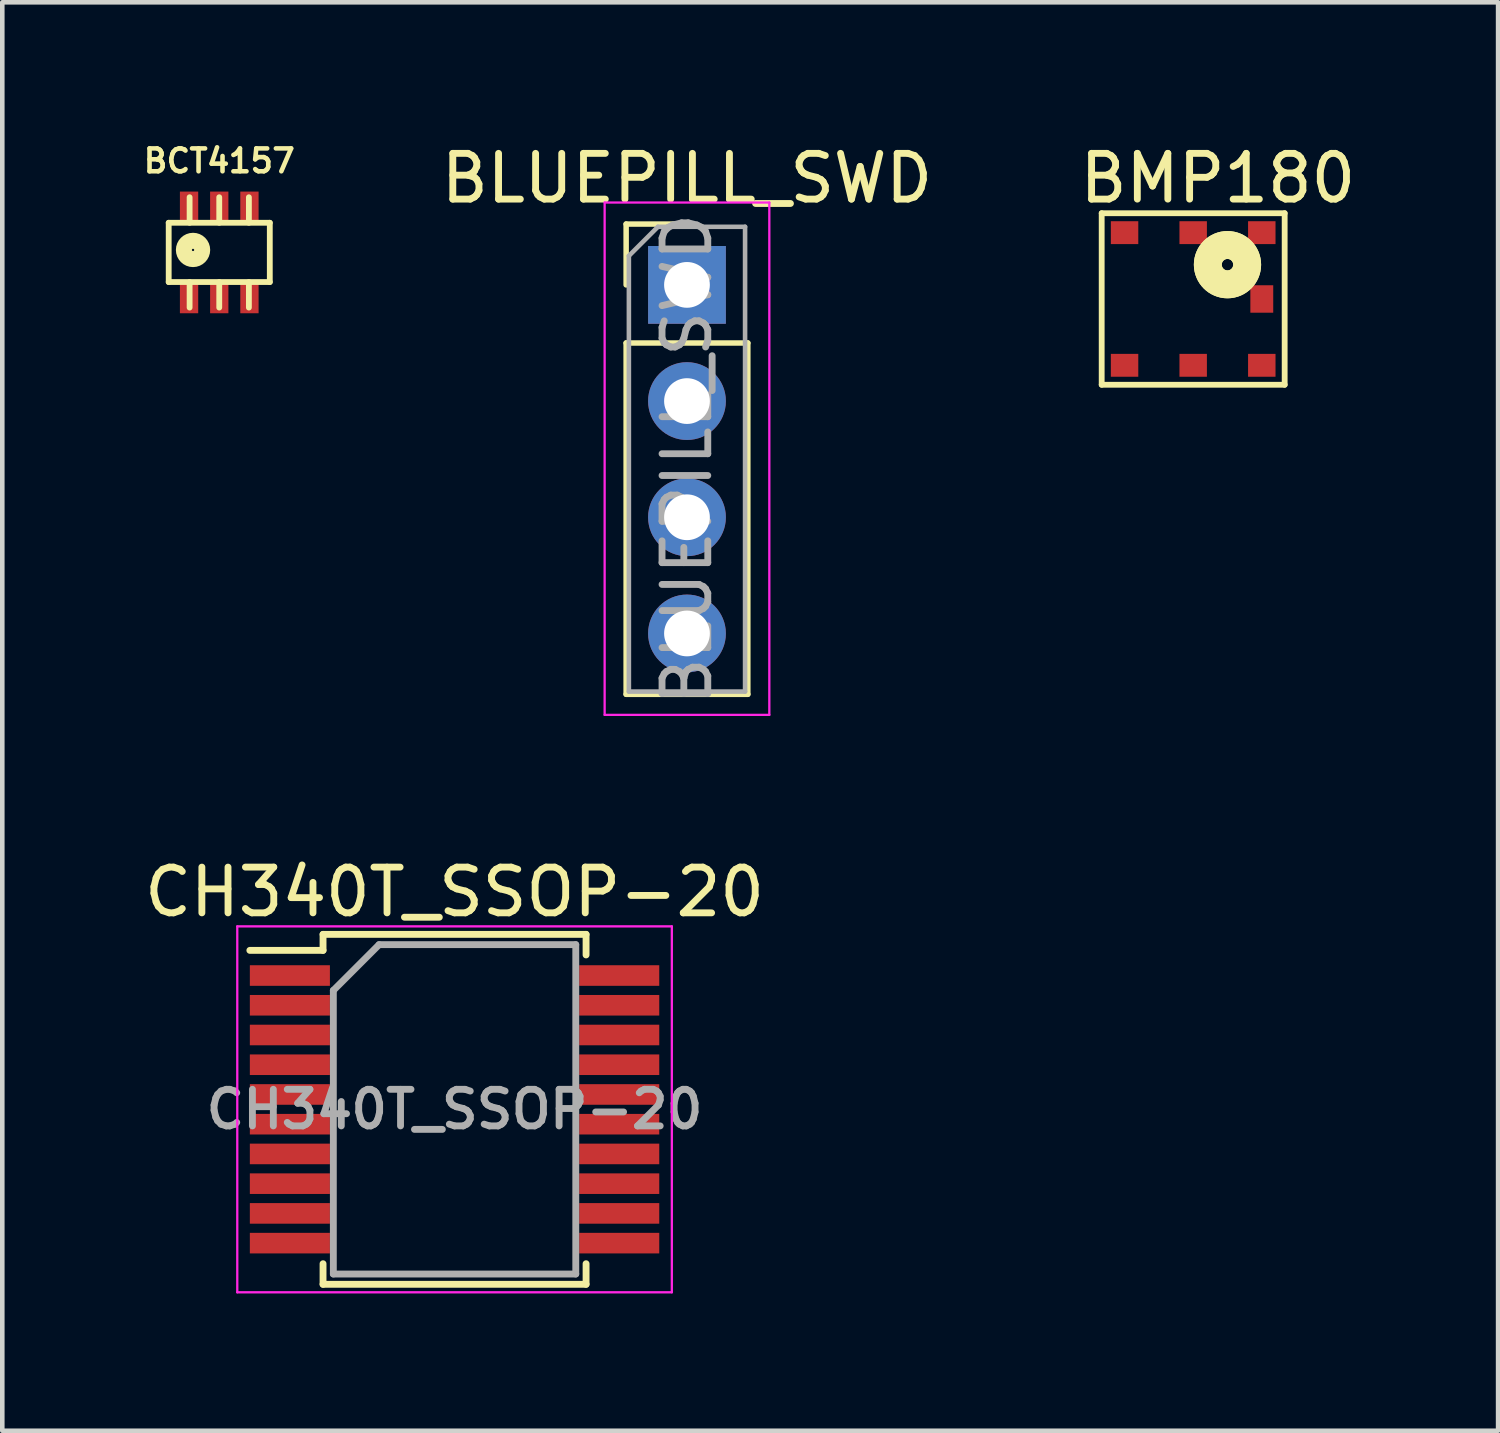
<source format=kicad_pcb>
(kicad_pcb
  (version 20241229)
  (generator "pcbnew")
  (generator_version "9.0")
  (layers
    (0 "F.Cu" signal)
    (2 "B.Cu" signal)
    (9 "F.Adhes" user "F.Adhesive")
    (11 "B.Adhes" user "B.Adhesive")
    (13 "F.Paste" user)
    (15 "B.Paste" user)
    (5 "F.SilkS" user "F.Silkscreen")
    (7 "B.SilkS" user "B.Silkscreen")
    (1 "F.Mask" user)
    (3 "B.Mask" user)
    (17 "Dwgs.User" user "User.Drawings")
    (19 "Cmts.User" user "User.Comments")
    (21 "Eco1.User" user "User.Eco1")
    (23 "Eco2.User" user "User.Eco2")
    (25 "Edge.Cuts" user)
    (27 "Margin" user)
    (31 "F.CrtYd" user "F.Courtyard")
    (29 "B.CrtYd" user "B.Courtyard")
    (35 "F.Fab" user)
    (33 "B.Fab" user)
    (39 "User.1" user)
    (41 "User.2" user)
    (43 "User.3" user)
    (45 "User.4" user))
  (footprint "BCT4157"
    (layer "F.Cu")
    (at 1.743 2.468)
    (property "Reference" "BCT4157" (at 0 -2 0) (layer "F.SilkS") (effects (font (size 0.5 0.5) (thickness 0.1))))
    (attr through_hole)
    (fp_line (start -1.105 -0.648) (end 1.105 -0.648) (stroke (width 0.127) (type solid)) (layer "F.SilkS"))
    (fp_line (start -1.105 0.648) (end -1.105 -0.648) (stroke (width 0.127) (type solid)) (layer "F.SilkS"))
    (fp_line (start -0.648 -0.648) (end -0.648 -1.206) (stroke (width 0.127) (type solid)) (layer "F.SilkS"))
    (fp_line (start -0.648 0.648) (end -0.648 1.206) (stroke (width 0.127) (type solid)) (layer "F.SilkS"))
    (fp_line (start 0 -0.648) (end 0 -1.206) (stroke (width 0.127) (type solid)) (layer "F.SilkS"))
    (fp_line (start 0 0.648) (end 0 1.206) (stroke (width 0.127) (type solid)) (layer "F.SilkS"))
    (fp_line (start 0.648 -0.648) (end 0.648 -1.206) (stroke (width 0.127) (type solid)) (layer "F.SilkS"))
    (fp_line (start 0.648 0.648) (end 0.648 1.206) (stroke (width 0.127) (type solid)) (layer "F.SilkS"))
    (fp_line (start 1.105 -0.648) (end 1.105 0.648) (stroke (width 0.127) (type solid)) (layer "F.SilkS"))
    (fp_line (start 1.105 0.648) (end -1.105 0.648) (stroke (width 0.127) (type solid)) (layer "F.SilkS"))
    (fp_circle (center -0.573 -0.054) (end -0.473 -0.054) (stroke (width 0.15) (type solid)) (fill no) (layer "F.SilkS"))
    (fp_circle (center -0.573 -0.054) (end -0.373 -0.054) (stroke (width 0.15) (type solid)) (fill no) (layer "F.SilkS"))
    (fp_circle (center -0.573 -0.054) (end -0.273 -0.054) (stroke (width 0.15) (type solid)) (fill no) (layer "F.SilkS"))
    (pad "1" smd rect (at -0.66 1) (size 0.4 0.66) (layers "F.Cu" "F.Mask" "F.Paste"))
    (pad "2" smd rect (at 0 1) (size 0.4 0.66) (layers "F.Cu" "F.Mask" "F.Paste"))
    (pad "3" smd rect (at 0.66 1) (size 0.4 0.66) (layers "F.Cu" "F.Mask" "F.Paste"))
    (pad "4" smd rect (at 0.66 -1) (size 0.4 0.66) (layers "F.Cu" "F.Mask" "F.Paste"))
    (pad "5" smd rect (at 0 -1) (size 0.4 0.66) (layers "F.Cu" "F.Mask" "F.Paste"))
    (pad "6" smd rect (at -0.66 -1) (size 0.4 0.66) (layers "F.Cu" "F.Mask" "F.Paste")))
  (footprint "CH340T_SSOP-20"
    (layer "F.Cu")
    (at 6.887 21.201)
    (property "Reference" "CH340T_SSOP-20" (at 0 -4.75 0) (layer "F.SilkS") (effects (font (size 1 1) (thickness 0.15))))
    (attr smd)
    (fp_line (start -2.875 -3.825) (end -2.875 -3.475) (stroke (width 0.15) (type solid)) (layer "F.SilkS"))
    (fp_line (start -2.875 -3.825) (end 2.875 -3.825) (stroke (width 0.15) (type solid)) (layer "F.SilkS"))
    (fp_line (start -2.875 -3.475) (end -4.475 -3.475) (stroke (width 0.15) (type solid)) (layer "F.SilkS"))
    (fp_line (start -2.875 3.825) (end -2.875 3.375) (stroke (width 0.15) (type solid)) (layer "F.SilkS"))
    (fp_line (start -2.875 3.825) (end 2.875 3.825) (stroke (width 0.15) (type solid)) (layer "F.SilkS"))
    (fp_line (start 2.875 -3.825) (end 2.875 -3.375) (stroke (width 0.15) (type solid)) (layer "F.SilkS"))
    (fp_line (start 2.875 3.825) (end 2.875 3.375) (stroke (width 0.15) (type solid)) (layer "F.SilkS"))
    (fp_line (start -4.75 -4) (end -4.75 4) (stroke (width 0.05) (type solid)) (layer "F.CrtYd"))
    (fp_line (start -4.75 -4) (end 4.75 -4) (stroke (width 0.05) (type solid)) (layer "F.CrtYd"))
    (fp_line (start -4.75 4) (end 4.75 4) (stroke (width 0.05) (type solid)) (layer "F.CrtYd"))
    (fp_line (start 4.75 -4) (end 4.75 4) (stroke (width 0.05) (type solid)) (layer "F.CrtYd"))
    (fp_line (start -2.65 -2.6) (end -1.65 -3.6) (stroke (width 0.15) (type solid)) (layer "F.Fab"))
    (fp_line (start -2.65 3.6) (end -2.65 -2.6) (stroke (width 0.15) (type solid)) (layer "F.Fab"))
    (fp_line (start -1.65 -3.6) (end 2.65 -3.6) (stroke (width 0.15) (type solid)) (layer "F.Fab"))
    (fp_line (start 2.65 -3.6) (end 2.65 3.6) (stroke (width 0.15) (type solid)) (layer "F.Fab"))
    (fp_line (start 2.65 3.6) (end -2.65 3.6) (stroke (width 0.15) (type solid)) (layer "F.Fab"))
    (fp_text user "${REFERENCE}" (at 0 0 0) (layer "F.Fab") (effects (font (size 0.8 0.8) (thickness 0.15))))
    (pad "1" smd rect (at -3.6 -2.925) (size 1.75 0.45) (layers "F.Cu" "F.Mask" "F.Paste"))
    (pad "2" smd rect (at -3.6 -2.275) (size 1.75 0.45) (layers "F.Cu" "F.Mask" "F.Paste"))
    (pad "3" smd rect (at -3.6 -1.625) (size 1.75 0.45) (layers "F.Cu" "F.Mask" "F.Paste"))
    (pad "4" smd rect (at -3.6 -0.975) (size 1.75 0.45) (layers "F.Cu" "F.Mask" "F.Paste"))
    (pad "5" smd rect (at -3.6 -0.325) (size 1.75 0.45) (layers "F.Cu" "F.Mask" "F.Paste"))
    (pad "6" smd rect (at -3.6 0.325) (size 1.75 0.45) (layers "F.Cu" "F.Mask" "F.Paste"))
    (pad "7" smd rect (at -3.6 0.975) (size 1.75 0.45) (layers "F.Cu" "F.Mask" "F.Paste"))
    (pad "8" smd rect (at -3.6 1.625) (size 1.75 0.45) (layers "F.Cu" "F.Mask" "F.Paste"))
    (pad "9" smd rect (at -3.6 2.275) (size 1.75 0.45) (layers "F.Cu" "F.Mask" "F.Paste"))
    (pad "10" smd rect (at -3.6 2.925) (size 1.75 0.45) (layers "F.Cu" "F.Mask" "F.Paste"))
    (pad "11" smd rect (at 3.6 2.925) (size 1.75 0.45) (layers "F.Cu" "F.Mask" "F.Paste"))
    (pad "12" smd rect (at 3.6 2.275) (size 1.75 0.45) (layers "F.Cu" "F.Mask" "F.Paste"))
    (pad "13" smd rect (at 3.6 1.625) (size 1.75 0.45) (layers "F.Cu" "F.Mask" "F.Paste"))
    (pad "14" smd rect (at 3.6 0.975) (size 1.75 0.45) (layers "F.Cu" "F.Mask" "F.Paste"))
    (pad "15" smd rect (at 3.6 0.325) (size 1.75 0.45) (layers "F.Cu" "F.Mask" "F.Paste"))
    (pad "16" smd rect (at 3.6 -0.325) (size 1.75 0.45) (layers "F.Cu" "F.Mask" "F.Paste"))
    (pad "17" smd rect (at 3.6 -0.975) (size 1.75 0.45) (layers "F.Cu" "F.Mask" "F.Paste"))
    (pad "18" smd rect (at 3.6 -1.625) (size 1.75 0.45) (layers "F.Cu" "F.Mask" "F.Paste"))
    (pad "19" smd rect (at 3.6 -2.275) (size 1.75 0.45) (layers "F.Cu" "F.Mask" "F.Paste"))
    (pad "20" smd rect (at 3.6 -2.925) (size 1.75 0.45) (layers "F.Cu" "F.Mask" "F.Paste")))
  (footprint "BMP180"
    (layer "F.Cu")
    (at 23.034 3.486)
    (property "Reference" "BMP180" (at 0.541 -2.638 0) (layer "F.SilkS") (effects (font (size 1 1) (thickness 0.15))))
    (attr smd)
    (fp_line (start -2 -1.875) (end -2 1.875) (stroke (width 0.127) (type solid)) (layer "F.SilkS"))
    (fp_line (start -2 1.875) (end 2 1.875) (stroke (width 0.127) (type solid)) (layer "F.SilkS"))
    (fp_line (start 2 -1.875) (end -2 -1.875) (stroke (width 0.127) (type solid)) (layer "F.SilkS"))
    (fp_line (start 2 1.875) (end 2 -1.875) (stroke (width 0.127) (type solid)) (layer "F.SilkS"))
    (fp_circle (center 0.75 -0.75) (end 0.875 -0.75) (stroke (width 0.61) (type solid)) (fill no) (layer "F.SilkS"))
    (fp_circle (center 0.75 -0.75) (end 0.875 -0.75) (stroke (width 0.61) (type solid)) (fill no) (layer "F.SilkS"))
    (fp_line (start -1.9 -1.8) (end -1.9 1.8) (stroke (width 0.127) (type solid)) (layer "Eco2.User"))
    (fp_line (start -1.9 1.8) (end 1.9 1.8) (stroke (width 0.127) (type solid)) (layer "Eco2.User"))
    (fp_line (start -1.5 -1) (end -1.5 1) (stroke (width 0.127) (type solid)) (layer "Eco2.User"))
    (fp_line (start -1 1.5) (end 1 1.5) (stroke (width 0.127) (type solid)) (layer "Eco2.User"))
    (fp_line (start 1 -1.5) (end -1 -1.5) (stroke (width 0.127) (type solid)) (layer "Eco2.User"))
    (fp_line (start 1.5 1) (end 1.5 -1) (stroke (width 0.127) (type solid)) (layer "Eco2.User"))
    (fp_line (start 1.9 -1.8) (end -1.9 -1.8) (stroke (width 0.127) (type solid)) (layer "Eco2.User"))
    (fp_line (start 1.9 1.8) (end 1.9 -1.8) (stroke (width 0.127) (type solid)) (layer "Eco2.User"))
    (fp_arc (start -1.5 -1) (mid -1.353553 -1.353553) (end -1 -1.5) (stroke (width 0.127) (type solid)) (layer "Eco2.User"))
    (fp_arc (start -1 1.5) (mid -1.353553 1.353553) (end -1.5 1) (stroke (width 0.127) (type solid)) (layer "Eco2.User"))
    (fp_arc (start 1 -1.5) (mid 1.353553 -1.353553) (end 1.5 -1) (stroke (width 0.127) (type solid)) (layer "Eco2.User"))
    (fp_arc (start 1.5 1) (mid 1.353553 1.353553) (end 1 1.5) (stroke (width 0.127) (type solid)) (layer "Eco2.User"))
    (fp_circle (center 0.75 -0.75) (end 0.875 -0.75) (stroke (width 0.61) (type solid)) (fill no) (layer "Eco2.User"))
    (pad "1" smd rect (at 1.5 -1.45 90) (size 0.5 0.6) (layers "F.Cu" "F.Mask" "F.Paste"))
    (pad "2" smd rect (at 0 -1.45 90) (size 0.5 0.6) (layers "F.Cu" "F.Mask" "F.Paste"))
    (pad "3" smd rect (at -1.5 -1.45 90) (size 0.5 0.6) (layers "F.Cu" "F.Mask" "F.Paste"))
    (pad "4" smd rect (at -1.5 1.45 90) (size 0.5 0.6) (layers "F.Cu" "F.Mask" "F.Paste"))
    (pad "5" smd rect (at 0 1.45 90) (size 0.5 0.6) (layers "F.Cu" "F.Mask" "F.Paste"))
    (pad "6" smd rect (at 1.5 1.45 90) (size 0.5 0.6) (layers "F.Cu" "F.Mask" "F.Paste"))
    (pad "7" smd rect (at 1.5 0 180) (size 0.5 0.6) (layers "F.Cu" "F.Mask" "F.Paste")))
  (footprint "BLUEPILL_SWD"
    (layer "F.Cu")
    (at 11.968 3.178)
    (property "Reference" "BLUEPILL_SWD" (at 0 -2.33 0) (layer "F.SilkS") (effects (font (size 1 1) (thickness 0.15))))
    (attr through_hole)
    (fp_line (start -1.33 -1.33) (end 0 -1.33) (stroke (width 0.12) (type solid)) (layer "F.SilkS"))
    (fp_line (start -1.33 0) (end -1.33 -1.33) (stroke (width 0.12) (type solid)) (layer "F.SilkS"))
    (fp_line (start -1.33 1.27) (end -1.33 8.95) (stroke (width 0.12) (type solid)) (layer "F.SilkS"))
    (fp_line (start -1.33 1.27) (end 1.33 1.27) (stroke (width 0.12) (type solid)) (layer "F.SilkS"))
    (fp_line (start -1.33 8.95) (end 1.33 8.95) (stroke (width 0.12) (type solid)) (layer "F.SilkS"))
    (fp_line (start 1.33 1.27) (end 1.33 8.95) (stroke (width 0.12) (type solid)) (layer "F.SilkS"))
    (fp_line (start -1.8 -1.8) (end -1.8 9.4) (stroke (width 0.05) (type solid)) (layer "F.CrtYd"))
    (fp_line (start -1.8 9.4) (end 1.8 9.4) (stroke (width 0.05) (type solid)) (layer "F.CrtYd"))
    (fp_line (start 1.8 -1.8) (end -1.8 -1.8) (stroke (width 0.05) (type solid)) (layer "F.CrtYd"))
    (fp_line (start 1.8 9.4) (end 1.8 -1.8) (stroke (width 0.05) (type solid)) (layer "F.CrtYd"))
    (fp_line (start -1.27 -0.635) (end -0.635 -1.27) (stroke (width 0.1) (type solid)) (layer "F.Fab"))
    (fp_line (start -1.27 8.89) (end -1.27 -0.635) (stroke (width 0.1) (type solid)) (layer "F.Fab"))
    (fp_line (start -0.635 -1.27) (end 1.27 -1.27) (stroke (width 0.1) (type solid)) (layer "F.Fab"))
    (fp_line (start 1.27 -1.27) (end 1.27 8.89) (stroke (width 0.1) (type solid)) (layer "F.Fab"))
    (fp_line (start 1.27 8.89) (end -1.27 8.89) (stroke (width 0.1) (type solid)) (layer "F.Fab"))
    (fp_text user "${REFERENCE}" (at 0 3.81 90) (layer "F.Fab") (effects (font (size 1 1) (thickness 0.15))))
    (pad "1" thru_hole rect (at 0 0) (size 1.7 1.7) (drill 1) (layers "*.Cu" "*.Mask"))
    (pad "2" thru_hole oval (at 0 2.54) (size 1.7 1.7) (drill 1) (layers "*.Cu" "*.Mask"))
    (pad "3" thru_hole oval (at 0 5.08) (size 1.7 1.7) (drill 1) (layers "*.Cu" "*.Mask"))
    (pad "4" thru_hole oval (at 0 7.62) (size 1.7 1.7) (drill 1) (layers "*.Cu" "*.Mask")))
  (gr_rect
    (start -3 -3)
    (end 29.7 28.227)
    (stroke (width 0.1) (type default))
    (fill no)
    (layer "Edge.Cuts")))
</source>
